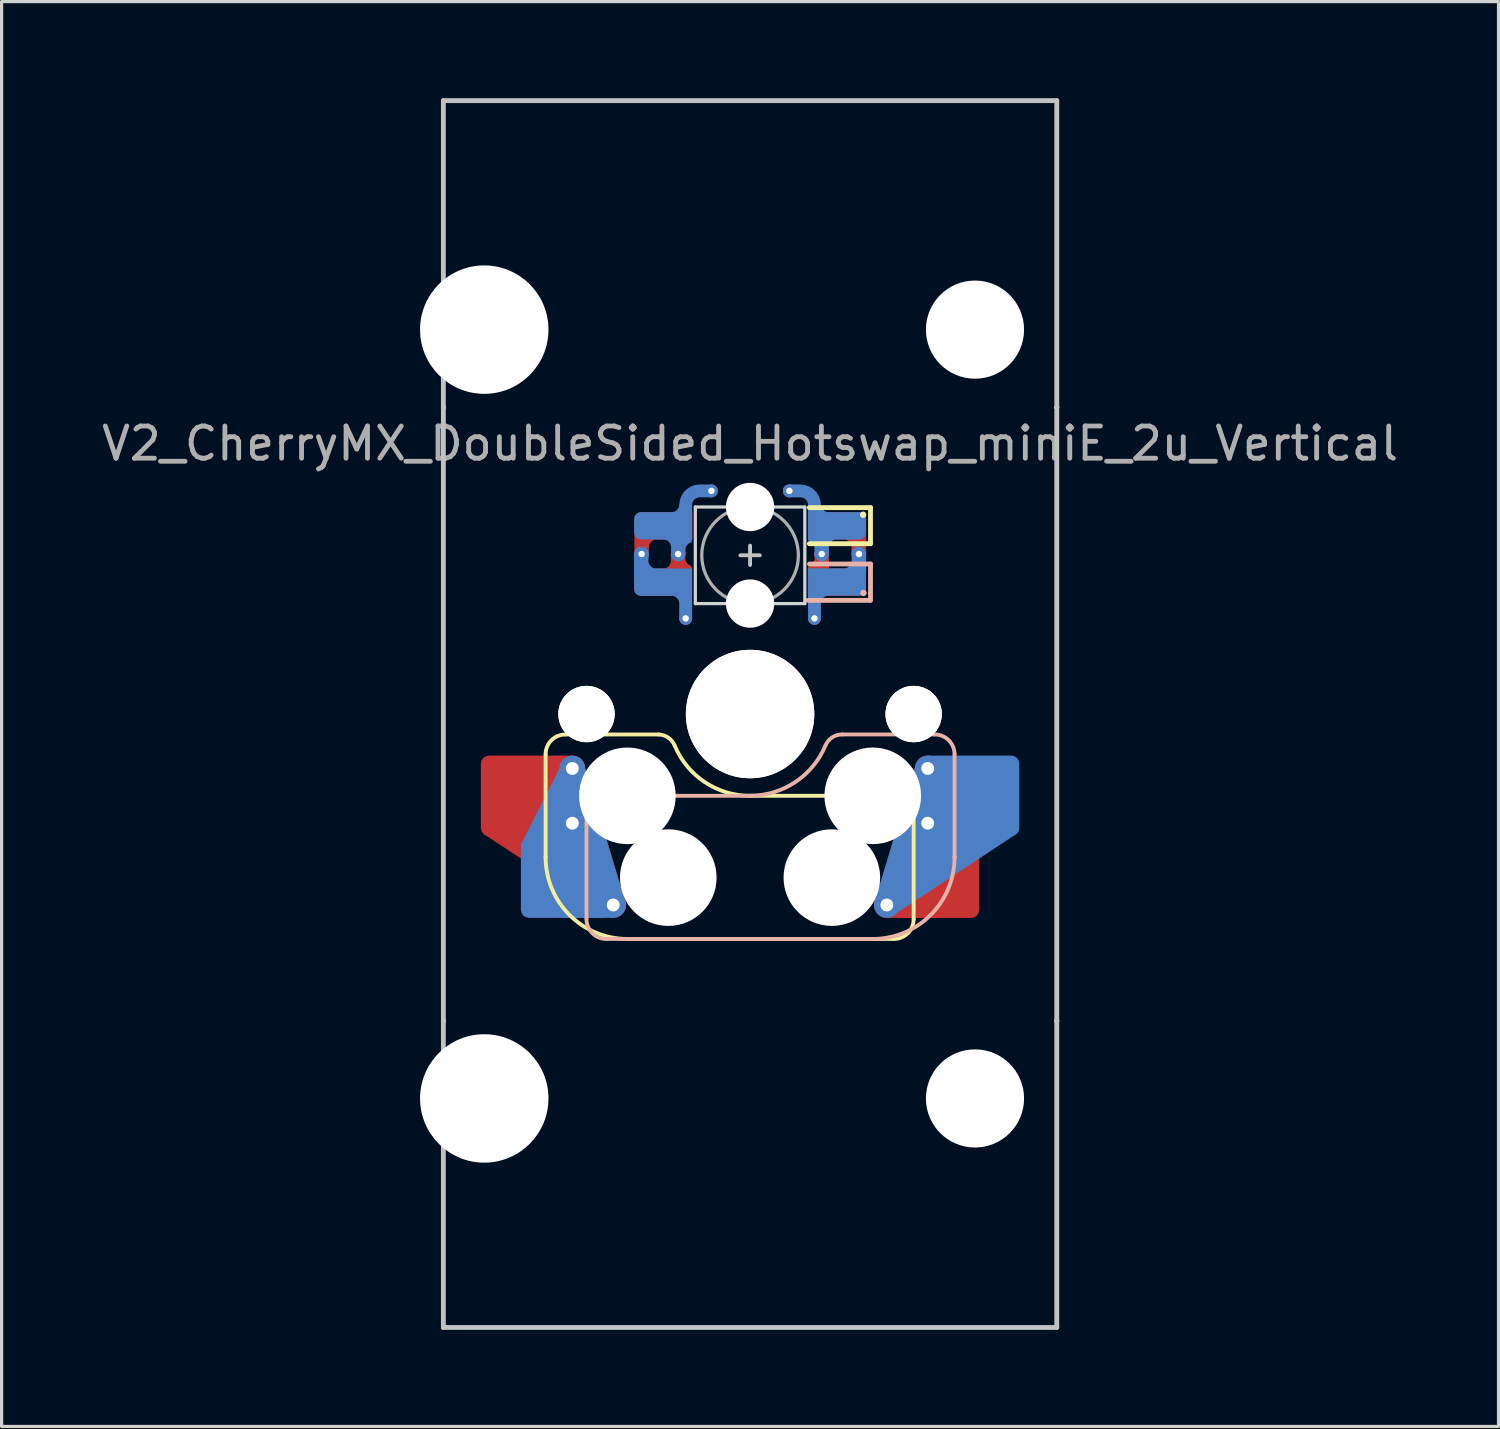
<source format=kicad_pcb>
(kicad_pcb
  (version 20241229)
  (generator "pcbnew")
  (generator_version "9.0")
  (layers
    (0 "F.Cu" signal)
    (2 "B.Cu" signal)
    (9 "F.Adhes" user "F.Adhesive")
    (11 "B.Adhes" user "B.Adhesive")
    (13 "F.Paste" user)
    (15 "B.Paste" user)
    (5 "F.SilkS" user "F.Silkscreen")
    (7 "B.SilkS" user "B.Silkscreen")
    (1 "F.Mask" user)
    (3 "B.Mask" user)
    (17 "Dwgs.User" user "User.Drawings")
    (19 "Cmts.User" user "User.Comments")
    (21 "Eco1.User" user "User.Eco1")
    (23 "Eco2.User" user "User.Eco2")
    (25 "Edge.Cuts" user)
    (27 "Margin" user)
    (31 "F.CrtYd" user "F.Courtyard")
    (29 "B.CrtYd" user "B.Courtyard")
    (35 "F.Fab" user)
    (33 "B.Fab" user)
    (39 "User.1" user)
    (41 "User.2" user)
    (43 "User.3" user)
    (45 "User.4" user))
  (footprint "V2_CherryMX_DoubleSided_Hotswap_miniE_2u_Vertical"
    (layer "F.Cu")
    (at 20.244 19.125)
    (property "Reference" "V2_CherryMX_DoubleSided_Hotswap_miniE_2u_Vertical" (at 0 -8.4 0) (layer "F.Fab") (effects (font (size 1 1) (thickness 0.15))))
    (attr through_hole)
    (fp_poly (pts (xy -5.81 1.29) (xy -5.52 1.29) (xy -5.12 1.69) (xy -3.9 5.74) (xy -4.57 6.17) (xy -8.25 3.74)) (stroke (width 0) (type solid)) (fill yes) (layer "F.Cu"))
    (fp_poly (pts (xy 3.937 6) (xy 4.247 6.33) (xy 5.839 6.33) (xy 7.037 3.9) (xy 5.917 1.69) (xy 5.117 1.69) (xy 3.847 5.93) (xy 3.947 6.01)) (stroke (width 0) (type solid)) (fill yes) (layer "F.Cu"))
    (fp_poly (pts (xy 5.807 1.29) (xy 5.517 1.29) (xy 5.117 1.69) (xy 3.897 5.74) (xy 4.567 6.17) (xy 8.247 3.74)) (stroke (width 0) (type solid)) (fill yes) (layer "B.Cu"))
    (fp_poly (pts (xy -3.94 6) (xy -4.25 6.33) (xy -5.842 6.33) (xy -7.04 3.9) (xy -5.92 1.69) (xy -5.12 1.69) (xy -3.85 5.93) (xy -3.95 6.01)) (stroke (width 0) (type solid)) (fill yes) (layer "B.Cu"))
    (fp_line (start -6.35 4.445) (end -6.35 1.26) (stroke (width 0.12) (type solid)) (layer "F.SilkS"))
    (fp_line (start -6.35 4.445) (end -6.35 4.445) (stroke (width 0.12) (type solid)) (layer "F.SilkS"))
    (fp_line (start -5.73 0.635) (end -2.84 0.635) (stroke (width 0.12) (type solid)) (layer "F.SilkS"))
    (fp_line (start -3.81 6.985) (end -3.81 6.985) (stroke (width 0.12) (type solid)) (layer "F.SilkS"))
    (fp_line (start -3.81 6.985) (end 4.46 6.985) (stroke (width 0.12) (type solid)) (layer "F.SilkS"))
    (fp_line (start 0 2.54) (end 0 2.54) (stroke (width 0.12) (type solid)) (layer "F.SilkS"))
    (fp_line (start 0 2.54) (end 5.08 2.54) (stroke (width 0.12) (type solid)) (layer "F.SilkS"))
    (fp_line (start 3.74 -6.41) (end 1.84 -6.41) (stroke (width 0.15) (type solid)) (layer "F.SilkS"))
    (fp_line (start 3.74 -5.29) (end 1.84 -5.29) (stroke (width 0.15) (type solid)) (layer "F.SilkS"))
    (fp_line (start 3.74 -5.29) (end 3.74 -6.41) (stroke (width 0.15) (type solid)) (layer "F.SilkS"))
    (fp_line (start 5.08 2.54) (end 5.08 2.54) (stroke (width 0.12) (type solid)) (layer "F.SilkS"))
    (fp_line (start 5.08 2.54) (end 5.08 2.54) (stroke (width 0.12) (type solid)) (layer "F.SilkS"))
    (fp_line (start 5.08 6.37) (end 5.08 2.54) (stroke (width 0.12) (type solid)) (layer "F.SilkS"))
    (fp_arc (start -6.35 1.25) (mid -6.169871 0.815129) (end -5.735 0.635) (stroke (width 0.12) (type default)) (layer "F.SilkS"))
    (fp_arc (start -3.81 6.985) (mid -5.606051 6.241051) (end -6.35 4.445) (stroke (width 0.12) (type solid)) (layer "F.SilkS"))
    (fp_arc (start -2.840072 0.635) (mid -2.539136 0.734321) (end -2.34 0.980845) (stroke (width 0.12) (type default)) (layer "F.SilkS"))
    (fp_arc (start 0 2.54) (mid -1.405309 2.1152) (end -2.34 0.983072) (stroke (width 0.12) (type solid)) (layer "F.SilkS"))
    (fp_arc (start 5.080129 6.37) (mid 4.900001 6.804881) (end 4.465129 6.985) (stroke (width 0.12) (type default)) (layer "F.SilkS"))
    (fp_circle (center 3.51 -6.19) (end 3.41 -6.19) (stroke (width 0) (type solid)) (fill yes) (layer "F.SilkS"))
    (fp_line (start -5.08 2.54) (end -5.08 2.54) (stroke (width 0.12) (type solid)) (layer "B.SilkS"))
    (fp_line (start -5.08 2.54) (end -5.08 2.54) (stroke (width 0.12) (type solid)) (layer "B.SilkS"))
    (fp_line (start -5.08 6.36) (end -5.08 2.54) (stroke (width 0.12) (type solid)) (layer "B.SilkS"))
    (fp_line (start -4.46 6.985) (end 3.81 6.985) (stroke (width 0.12) (type solid)) (layer "B.SilkS"))
    (fp_line (start 0 2.54) (end -5.08 2.54) (stroke (width 0.12) (type solid)) (layer "B.SilkS"))
    (fp_line (start 0 2.54) (end 0 2.54) (stroke (width 0.12) (type solid)) (layer "B.SilkS"))
    (fp_line (start 1.8 -3.53) (end 3.724 -3.53) (stroke (width 0.15) (type solid)) (layer "B.SilkS"))
    (fp_line (start 2.86 0.635) (end 5.72 0.635) (stroke (width 0.12) (type solid)) (layer "B.SilkS"))
    (fp_line (start 3.74 -4.66) (end 1.846 -4.66) (stroke (width 0.15) (type solid)) (layer "B.SilkS"))
    (fp_line (start 3.74 -3.53) (end 3.74 -4.66) (stroke (width 0.15) (type solid)) (layer "B.SilkS"))
    (fp_line (start 3.81 6.985) (end 3.81 6.985) (stroke (width 0.12) (type solid)) (layer "B.SilkS"))
    (fp_line (start 6.35 1.25) (end 6.35 4.445) (stroke (width 0.12) (type solid)) (layer "B.SilkS"))
    (fp_line (start 6.35 4.445) (end 6.35 4.445) (stroke (width 0.12) (type solid)) (layer "B.SilkS"))
    (fp_arc (start -4.465 6.985) (mid -4.899871 6.804871) (end -5.08 6.37) (stroke (width 0.12) (type default)) (layer "B.SilkS"))
    (fp_arc (start 2.34 0.98) (mid 1.405313 2.11213) (end 0 2.536928) (stroke (width 0.12) (type solid)) (layer "B.SilkS"))
    (fp_arc (start 2.34 0.98) (mid 2.547383 0.727891) (end 2.859999 0.633863) (stroke (width 0.12) (type default)) (layer "B.SilkS"))
    (fp_arc (start 5.735129 0.635) (mid 6.169981 0.81514) (end 6.350129 1.25) (stroke (width 0.12) (type default)) (layer "B.SilkS"))
    (fp_arc (start 6.35 4.445) (mid 5.606051 6.241051) (end 3.81 6.985) (stroke (width 0.12) (type solid)) (layer "B.SilkS"))
    (fp_circle (center 3.52 -3.76) (end 3.62 -3.76) (stroke (width 0) (type solid)) (fill yes) (layer "B.SilkS"))
    (fp_line (start -9.525 -19.05) (end 9.525 -19.05) (stroke (width 0.15) (type solid)) (layer "Dwgs.User"))
    (fp_line (start -9.525 -9.525) (end -9.525 -9.525) (stroke (width 0.15) (type solid)) (layer "Dwgs.User"))
    (fp_line (start -9.525 -9.525) (end -9.525 -9.525) (stroke (width 0.15) (type solid)) (layer "Dwgs.User"))
    (fp_line (start -9.525 -9.525) (end -9.525 -9.525) (stroke (width 0.15) (type solid)) (layer "Dwgs.User"))
    (fp_line (start -9.525 -9.525) (end -9.525 -9.525) (stroke (width 0.15) (type solid)) (layer "Dwgs.User"))
    (fp_line (start -9.525 9.525) (end -9.525 9.525) (stroke (width 0.15) (type solid)) (layer "Dwgs.User"))
    (fp_line (start -9.525 9.525) (end -9.525 9.525) (stroke (width 0.15) (type solid)) (layer "Dwgs.User"))
    (fp_line (start -9.525 9.525) (end -9.525 9.525) (stroke (width 0.15) (type solid)) (layer "Dwgs.User"))
    (fp_line (start -9.525 9.525) (end -9.525 9.525) (stroke (width 0.15) (type solid)) (layer "Dwgs.User"))
    (fp_line (start -9.525 19.05) (end -9.525 -19.05) (stroke (width 0.15) (type solid)) (layer "Dwgs.User"))
    (fp_line (start -0.3 -4.93) (end 0.3 -4.93) (stroke (width 0.12) (type solid)) (layer "Dwgs.User"))
    (fp_line (start 0 -4.63) (end 0 -5.23) (stroke (width 0.12) (type solid)) (layer "Dwgs.User"))
    (fp_line (start 9.525 -19.05) (end 9.525 19.05) (stroke (width 0.15) (type solid)) (layer "Dwgs.User"))
    (fp_line (start 9.525 -9.525) (end 9.525 -9.525) (stroke (width 0.15) (type solid)) (layer "Dwgs.User"))
    (fp_line (start 9.525 -9.525) (end 9.525 -9.525) (stroke (width 0.15) (type solid)) (layer "Dwgs.User"))
    (fp_line (start 9.525 -9.525) (end 9.525 -9.525) (stroke (width 0.15) (type solid)) (layer "Dwgs.User"))
    (fp_line (start 9.525 -9.525) (end 9.525 -9.525) (stroke (width 0.15) (type solid)) (layer "Dwgs.User"))
    (fp_line (start 9.525 9.525) (end 9.525 9.525) (stroke (width 0.15) (type solid)) (layer "Dwgs.User"))
    (fp_line (start 9.525 9.525) (end 9.525 9.525) (stroke (width 0.15) (type solid)) (layer "Dwgs.User"))
    (fp_line (start 9.525 9.525) (end 9.525 9.525) (stroke (width 0.15) (type solid)) (layer "Dwgs.User"))
    (fp_line (start 9.525 9.525) (end 9.525 9.525) (stroke (width 0.15) (type solid)) (layer "Dwgs.User"))
    (fp_line (start 9.525 19.05) (end -9.525 19.05) (stroke (width 0.15) (type solid)) (layer "Dwgs.User"))
    (fp_line (start -1.7 -6.43) (end -1.7 -3.43) (stroke (width 0.1) (type solid)) (layer "Edge.Cuts"))
    (fp_line (start 1.7 -6.43) (end -1.7 -6.43) (stroke (width 0.1) (type solid)) (layer "Edge.Cuts"))
    (fp_line (start 1.7 -3.43) (end -1.7 -3.43) (stroke (width 0.1) (type solid)) (layer "Edge.Cuts"))
    (fp_line (start 1.7 -3.43) (end 1.7 -6.43) (stroke (width 0.1) (type solid)) (layer "Edge.Cuts"))
    (fp_circle (center 0 -4.93) (end 0 -6.43) (stroke (width 0.1) (type solid)) (fill no) (layer "F.Fab"))
    (fp_line (start -9.525 9.525) (end -9.525 -9.525) (stroke (width 0.15) (type solid)) (layer "User.2"))
    (fp_line (start 9.525 -9.525) (end -9.525 -9.525) (stroke (width 0.15) (type solid)) (layer "User.2"))
    (fp_line (start 9.525 9.525) (end -9.525 9.525) (stroke (width 0.15) (type solid)) (layer "User.2"))
    (fp_line (start 9.525 9.525) (end 9.525 -9.525) (stroke (width 0.15) (type solid)) (layer "User.2"))
    (pad "" np_thru_hole circle (at -8.255 -11.938 90) (size 3.988 3.988) (drill 3.988) (layers "*.Cu" "*.Mask"))
    (pad "" np_thru_hole circle (at -8.255 11.938 90) (size 3.988 3.988) (drill 3.988) (layers "*.Cu" "*.Mask"))
    (pad "" np_thru_hole circle (at -5.08 0 180) (size 1.75 1.75) (drill 1.75) (layers "*.Cu" "*.Mask"))
    (pad "" np_thru_hole circle (at -5.08 0 180) (size 1.75 1.75) (drill 1.75) (layers "*.Cu" "*.Mask"))
    (pad "" np_thru_hole circle (at -3.81 2.54 180) (size 3 3) (drill 3) (layers "*.Cu" "*.Mask"))
    (pad "" smd roundrect (at -2.69 -5.845) (size 1.82 0.85) (layers "B.Mask") (roundrect_rratio 0.25) (chamfer_ratio 0) (chamfer top_right bottom_right))
    (pad "" smd roundrect (at -2.69 -4.095 180) (size 1.82 0.85) (layers "F.Mask") (roundrect_rratio 0.25) (chamfer_ratio 0) (chamfer top_left bottom_left))
    (pad "" smd roundrect (at -2.69 -4.095) (size 1.82 0.84) (layers "B.Mask") (roundrect_rratio 0.25) (chamfer_ratio 0) (chamfer top_right bottom_right))
    (pad "" smd roundrect (at -2.685 -5.855 180) (size 1.83 0.85) (layers "F.Mask") (roundrect_rratio 0.25) (chamfer_ratio 0) (chamfer top_left bottom_left))
    (pad "" np_thru_hole circle (at -2.54 5.08 180) (size 3 3) (drill 3) (layers "*.Cu" "*.Mask"))
    (pad "" np_thru_hole circle (at 0 -6.43 180) (size 1.5 1.5) (drill 1.5) (layers "*.Cu" "*.Mask"))
    (pad "" np_thru_hole circle (at 0 -3.43 180) (size 1.5 1.5) (drill 1.5) (layers "*.Cu" "*.Mask"))
    (pad "" np_thru_hole circle (at 0 0 180) (size 3.988 3.988) (drill 3.988) (layers "*.Cu" "*.Mask"))
    (pad "" np_thru_hole circle (at 0 0 180) (size 3.988 3.988) (drill 3.988) (layers "*.Cu" "*.Mask"))
    (pad "" smd rect (at 2.47 -5.85) (size 1.38 0.84) (layers "F.Mask"))
    (pad "" smd rect (at 2.47 -4.09 180) (size 1.38 0.84) (layers "B.Mask"))
    (pad "" np_thru_hole circle (at 2.54 5.08 180) (size 3 3) (drill 3) (layers "*.Cu" "*.Mask"))
    (pad "" smd roundrect (at 2.685 -4.095) (size 1.83 0.85) (layers "F.Mask") (roundrect_rratio 0.25) (chamfer_ratio 0) (chamfer top_left bottom_left))
    (pad "" smd roundrect (at 2.69 -5.84 180) (size 1.82 0.84) (layers "B.Mask") (roundrect_rratio 0.25) (chamfer_ratio 0) (chamfer top_right bottom_right))
    (pad "" smd roundrect (at 2.855 -5.85) (size 1.49 0.84) (layers "F.Mask") (roundrect_rratio 0.25) (chamfer_ratio 0.5) (chamfer top_right))
    (pad "" smd roundrect (at 2.855 -4.09 180) (size 1.49 0.84) (layers "B.Mask") (roundrect_rratio 0.25) (chamfer_ratio 0.5) (chamfer top_left))
    (pad "" np_thru_hole circle (at 3.81 2.54 180) (size 3 3) (drill 3) (layers "*.Cu" "*.Mask"))
    (pad "" np_thru_hole circle (at 5.08 0 180) (size 1.75 1.75) (drill 1.75) (layers "*.Cu" "*.Mask"))
    (pad "" np_thru_hole circle (at 5.08 0 180) (size 1.75 1.75) (drill 1.75) (layers "*.Cu" "*.Mask"))
    (pad "" np_thru_hole circle (at 6.985 -11.938 90) (size 3.048 3.048) (drill 3.048) (layers "*.Cu" "*.Mask"))
    (pad "" np_thru_hole circle (at 6.985 11.938 90) (size 3.048 3.048) (drill 3.048) (layers "*.Cu" "*.Mask"))
    (pad "1" smd custom (at -2.7 -5.845) (size 0.85 0.85) (layers "B.Cu") (options (anchor circle)) (primitives (gr_arc (start 0.698874 -0.666126) (mid 0.57 -0.355) (end 0.258874 -0.226126) (width 0.4)) (gr_arc (start 0.7 -0.645) (mid 0.828874 -0.956126) (end 1.14 -1.085) (width 0.4)) (gr_line (start 1.18 -1.085) (end 1.48 -1.085) (width 0.4)) (gr_line (start 0.7 -0.645) (end 0.7 -0.165) (width 0.4)) (gr_line (start 0.47 0.875) (end 0.47 0.275) (width 0.45)) (gr_arc (start 0.592691 0.750315) (mid 0.650001 0.56089) (end 0.802705 0.435002) (width 0.2)) (gr_arc (start 0.005 0.225) (mid 0.316126 0.353874) (end 0.445 0.665) (width 0.4)) (gr_poly (pts (xy -0.9 -0.212) (xy -0.884 -0.294) (xy -0.838 -0.363) (xy -0.769 -0.409) (xy -0.688 -0.425) (xy 0.9 -0.425) (xy 0.9 0.425) (xy -0.688 0.425) (xy -0.769 0.409) (xy -0.838 0.363) (xy -0.884 0.294) (xy -0.9 0.212)) (width 0) (fill yes))))
    (pad "1" smd custom (at -2.7 -4.095) (size 0.85 0.85) (layers "F.Cu") (options (anchor circle)) (primitives (gr_arc (start 0.44 -0.665) (mid 0.311126 -0.353874) (end 0 -0.225) (width 0.4)) (gr_arc (start 0.798298 -0.429684) (mid 0.645594 -0.555573) (end 0.588284 -0.744999) (width 0.2)) (gr_line (start 0.466 -0.874) (end 0.466 -0.184) (width 0.45)) (gr_poly (pts (xy -0.9 -0.212) (xy -0.884 -0.294) (xy -0.838 -0.363) (xy -0.769 -0.409) (xy -0.688 -0.425) (xy 0.9 -0.425) (xy 0.9 0.425) (xy -0.688 0.425) (xy -0.769 0.409) (xy -0.838 0.363) (xy -0.884 0.294) (xy -0.9 0.212)) (width 0) (fill yes))))
    (pad "1" thru_hole circle (at -2.234 -4.969 180) (size 0.45 0.45) (drill 0.2) (layers "*.Cu"))
    (pad "1" thru_hole circle (at -1.2 -6.93) (size 0.4 0.4) (drill 0.2) (layers "*.Cu"))
    (pad "2" thru_hole circle (at -3.368 -4.97 180) (size 0.45 0.45) (drill 0.2) (layers "*.Cu"))
    (pad "2" smd custom (at -2.7 -4.095 180) (size 0.85 0.85) (layers "B.Cu") (options (anchor circle)) (primitives (gr_poly (pts (xy -0.9 -0.425) (xy 0.688 -0.425) (xy 0.769 -0.409) (xy 0.838 -0.363) (xy 0.884 -0.294) (xy 0.9 -0.212) (xy 0.9 0.212) (xy 0.884 0.294) (xy 0.838 0.363) (xy 0.769 0.409) (xy 0.688 0.425) (xy -0.9 0.425)) (width 0) (fill yes)) (gr_line (start -0.7 -1.125) (end -0.7 -0.225) (width 0.4)) (gr_arc (start -0.26 -0.226126) (mid -0.571126 -0.355) (end -0.7 -0.666126) (width 0.4)) (gr_line (start 0.68 0.875) (end 0.68 0.275) (width 0.45)) (gr_arc (start 0.215 0.225) (mid 0.526126 0.353874) (end 0.655 0.665) (width 0.4))))
    (pad "2" smd custom (at -2.693 -5.845 180) (size 0.85 0.85) (layers "F.Cu") (options (anchor circle)) (primitives (gr_arc (start 0.645874 -0.666126) (mid 0.517 -0.355) (end 0.205874 -0.226126) (width 0.4)) (gr_line (start 0.675 -0.875) (end 0.675 -0.135) (width 0.45)) (gr_poly (pts (xy -0.9 -0.425) (xy 0.9 -0.425) (xy 0.9 0.212) (xy 0.884 0.294) (xy 0.838 0.363) (xy 0.769 0.409) (xy 0.688 0.425) (xy -0.9 0.425)) (width 0) (fill yes))))
    (pad "2" thru_hole circle (at -2 -2.97 180) (size 0.4 0.4) (drill 0.2) (layers "*.Cu"))
    (pad "3" thru_hole circle (at 2 -2.97 180) (size 0.4 0.4) (drill 0.2) (layers "*.Cu"))
    (pad "3" smd custom (at 2.7 -4.1 180) (size 0.85 0.85) (layers "B.Cu") (options (anchor circle)) (primitives (gr_poly (pts (xy 0.9 -0.425) (xy -0.688 -0.425) (xy -0.769 -0.409) (xy -0.838 -0.363) (xy -0.884 -0.294) (xy -0.9 -0.212) (xy -0.9 0.212) (xy -0.884 0.294) (xy -0.838 0.363) (xy -0.769 0.409) (xy -0.688 0.425) (xy 0.9 0.425)) (width 0) (fill yes)) (gr_line (start 0.7 -0.225) (end 0.7 -1.125) (width 0.4)) (gr_arc (start 0.7 -0.666126) (mid 0.571126 -0.355) (end 0.26 -0.226126) (width 0.4)) (gr_line (start -0.68 0.275) (end -0.68 0.875) (width 0.45)) (gr_arc (start -0.655 0.665) (mid -0.526126 0.353874) (end -0.215 0.225) (width 0.4))))
    (pad "3" smd custom (at 2.705 -5.845 180) (size 0.85 0.85) (layers "F.Cu") (options (anchor circle)) (primitives (gr_arc (start -0.205 -0.225) (mid -0.516126 -0.353874) (end -0.645 -0.665) (width 0.4)) (gr_poly (pts (xy -0.494 -0.354) (xy -0.85 -0.354) (xy -0.85 -0.887) (xy -0.494 -0.887)) (width 0.1) (fill yes)) (gr_poly (pts (xy -0.9 -0.425) (xy 0.91 -0.425) (xy 0.91 0.425) (xy -0.688 0.425) (xy -0.769 0.409) (xy -0.838 0.363) (xy -0.884 0.294) (xy -0.9 0.212)) (width 0) (fill yes))))
    (pad "3" thru_hole circle (at 3.38 -4.97 180) (size 0.45 0.45) (drill 0.2) (layers "*.Cu"))
    (pad "4" thru_hole circle (at 1.22 -6.93) (size 0.4 0.4) (drill 0.2) (layers "*.Cu"))
    (pad "4" thru_hole circle (at 2.225 -4.97 180) (size 0.45 0.45) (drill 0.2) (layers "*.Cu"))
    (pad "4" smd custom (at 2.7 -5.845) (size 0.85 0.85) (layers "B.Cu") (options (anchor circle)) (primitives (gr_arc (start -0.26 -0.226126) (mid -0.571126 -0.355) (end -0.7 -0.666126) (width 0.4)) (gr_line (start -0.7 -0.645) (end -0.7 -0.165) (width 0.4)) (gr_arc (start -1.14 -1.085) (mid -0.828874 -0.956126) (end -0.7 -0.645) (width 0.4)) (gr_line (start -1.18 -1.085) (end -1.48 -1.085) (width 0.4)) (gr_line (start -0.475 0.875) (end -0.475 0.275) (width 0.45)) (gr_arc (start -0.8 0.415) (mid -0.647296 0.540889) (end -0.589986 0.730315) (width 0.2)) (gr_arc (start -0.45 0.665) (mid -0.321126 0.353874) (end -0.01 0.225) (width 0.4)) (gr_poly (pts (xy -0.9 -0.425) (xy 0.688 -0.425) (xy 0.769 -0.409) (xy 0.838 -0.363) (xy 0.884 -0.294) (xy 0.9 -0.212) (xy 0.9 0.212) (xy 0.884 0.294) (xy 0.838 0.363) (xy 0.769 0.409) (xy 0.688 0.425) (xy -0.9 0.425)) (width 0) (fill yes))))
    (pad "4" smd custom (at 2.7 -4.095) (size 0.85 0.85) (layers "F.Cu") (options (anchor circle)) (primitives (gr_line (start -0.475 -0.875) (end -0.475 -0.235) (width 0.45)) (gr_arc (start -0.599987 -0.740315) (mid -0.657296 -0.550889) (end -0.81 -0.425001) (width 0.2)) (gr_poly (pts (xy -0.91 -0.425) (xy 0.688 -0.425) (xy 0.769 -0.409) (xy 0.838 -0.363) (xy 0.884 -0.294) (xy 0.9 -0.212) (xy 0.9 0.212) (xy 0.884 0.294) (xy 0.838 0.363) (xy 0.769 0.409) (xy 0.688 0.425) (xy -0.91 0.425)) (width 0) (fill yes))))
    (pad "5" thru_hole circle (at 4.247 5.93 180) (size 0.8 0.8) (drill 0.4) (layers "*.Cu"))
    (pad "5" thru_hole circle (at 5.517 1.69 180) (size 0.8 0.8) (drill 0.4) (layers "*.Cu"))
    (pad "5" thru_hole circle (at 5.517 3.39 180) (size 0.8 0.8) (drill 0.4) (layers "*.Cu"))
    (pad "5" smd roundrect (at 5.842 5.08 180) (size 2.55 2.5) (layers "F.Cu" "F.Mask" "F.Paste") (roundrect_rratio 0.1) (chamfer_ratio 0) (chamfer top_right bottom_right))
    (pad "5" smd roundrect (at 7.085 2.54 180) (size 2.55 2.5) (layers "B.Cu" "B.Mask" "B.Paste") (roundrect_rratio 0.1) (chamfer_ratio 0) (chamfer top_right bottom_right))
    (pad "6" smd roundrect (at -7.085 2.54 180) (size 2.55 2.5) (layers "F.Cu" "F.Mask" "F.Paste") (roundrect_rratio 0.1) (chamfer_ratio 0) (chamfer top_left bottom_left))
    (pad "6" smd roundrect (at -5.842 5.08 180) (size 2.55 2.5) (layers "B.Cu" "B.Mask" "B.Paste") (roundrect_rratio 0.1) (chamfer_ratio 0) (chamfer top_left bottom_left))
    (pad "6" thru_hole circle (at -5.52 1.69 180) (size 0.8 0.8) (drill 0.4) (layers "*.Cu"))
    (pad "6" thru_hole circle (at -5.52 3.39 180) (size 0.8 0.8) (drill 0.4) (layers "*.Cu"))
    (pad "6" thru_hole circle (at -4.25 5.93 180) (size 0.8 0.8) (drill 0.4) (layers "*.Cu")))
  (gr_rect
    (start -3 -3)
    (end 43.488 41.25)
    (stroke (width 0.1) (type default))
    (fill no)
    (layer "Edge.Cuts")))
</source>
